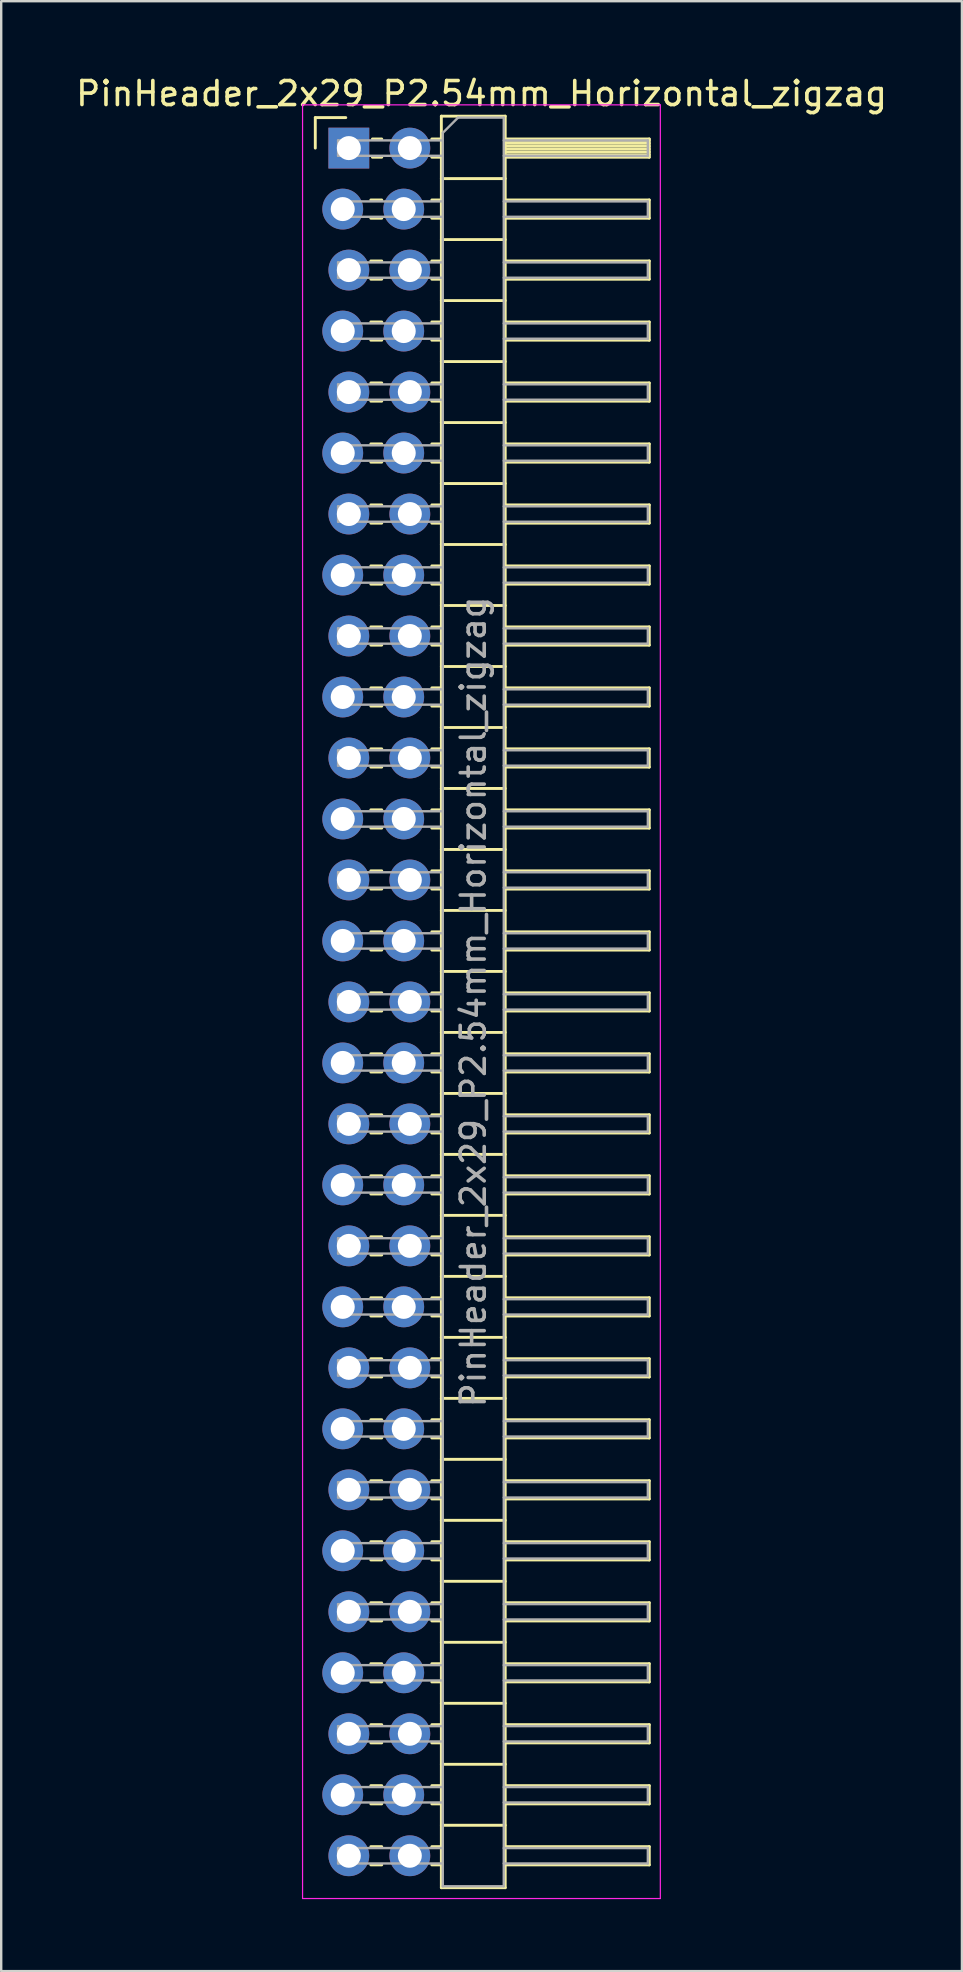
<source format=kicad_pcb>
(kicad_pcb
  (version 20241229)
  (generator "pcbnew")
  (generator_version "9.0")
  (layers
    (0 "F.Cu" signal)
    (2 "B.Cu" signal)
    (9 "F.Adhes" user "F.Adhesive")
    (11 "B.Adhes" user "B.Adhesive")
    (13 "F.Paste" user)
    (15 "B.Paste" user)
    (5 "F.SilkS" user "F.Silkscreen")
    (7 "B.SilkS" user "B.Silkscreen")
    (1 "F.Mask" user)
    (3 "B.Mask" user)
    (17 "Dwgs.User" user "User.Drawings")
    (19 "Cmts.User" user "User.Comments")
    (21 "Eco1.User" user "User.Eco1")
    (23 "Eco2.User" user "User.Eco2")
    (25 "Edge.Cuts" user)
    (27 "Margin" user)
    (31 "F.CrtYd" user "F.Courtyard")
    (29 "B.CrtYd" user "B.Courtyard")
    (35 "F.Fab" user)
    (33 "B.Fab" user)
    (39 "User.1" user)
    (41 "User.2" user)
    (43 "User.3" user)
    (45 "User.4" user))
  (footprint "PinHeader_2x29_P2.54mm_Horizontal_zigzag"
    (layer "F.Cu")
    (at 11.351 3.118)
    (property "Reference" "PinHeader_2x29_P2.54mm_Horizontal_zigzag" (at 5.655 -2.27 0) (layer "F.SilkS") (effects (font (size 1 1) (thickness 0.15))))
    (attr through_hole)
    (fp_line (start -1.27 -1.27) (end 0 -1.27) (stroke (width 0.12) (type solid)) (layer "F.SilkS"))
    (fp_line (start -1.27 0) (end -1.27 -1.27) (stroke (width 0.12) (type solid)) (layer "F.SilkS"))
    (fp_line (start 1.043 2.16) (end 1.497 2.16) (stroke (width 0.12) (type solid)) (layer "F.SilkS"))
    (fp_line (start 1.043 2.92) (end 1.497 2.92) (stroke (width 0.12) (type solid)) (layer "F.SilkS"))
    (fp_line (start 1.043 4.7) (end 1.497 4.7) (stroke (width 0.12) (type solid)) (layer "F.SilkS"))
    (fp_line (start 1.043 5.46) (end 1.497 5.46) (stroke (width 0.12) (type solid)) (layer "F.SilkS"))
    (fp_line (start 1.043 7.24) (end 1.497 7.24) (stroke (width 0.12) (type solid)) (layer "F.SilkS"))
    (fp_line (start 1.043 8) (end 1.497 8) (stroke (width 0.12) (type solid)) (layer "F.SilkS"))
    (fp_line (start 1.043 9.78) (end 1.497 9.78) (stroke (width 0.12) (type solid)) (layer "F.SilkS"))
    (fp_line (start 1.043 10.54) (end 1.497 10.54) (stroke (width 0.12) (type solid)) (layer "F.SilkS"))
    (fp_line (start 1.043 12.32) (end 1.497 12.32) (stroke (width 0.12) (type solid)) (layer "F.SilkS"))
    (fp_line (start 1.043 13.08) (end 1.497 13.08) (stroke (width 0.12) (type solid)) (layer "F.SilkS"))
    (fp_line (start 1.043 14.86) (end 1.497 14.86) (stroke (width 0.12) (type solid)) (layer "F.SilkS"))
    (fp_line (start 1.043 15.62) (end 1.497 15.62) (stroke (width 0.12) (type solid)) (layer "F.SilkS"))
    (fp_line (start 1.043 17.4) (end 1.497 17.4) (stroke (width 0.12) (type solid)) (layer "F.SilkS"))
    (fp_line (start 1.043 18.16) (end 1.497 18.16) (stroke (width 0.12) (type solid)) (layer "F.SilkS"))
    (fp_line (start 1.043 19.94) (end 1.497 19.94) (stroke (width 0.12) (type solid)) (layer "F.SilkS"))
    (fp_line (start 1.043 20.7) (end 1.497 20.7) (stroke (width 0.12) (type solid)) (layer "F.SilkS"))
    (fp_line (start 1.043 22.48) (end 1.497 22.48) (stroke (width 0.12) (type solid)) (layer "F.SilkS"))
    (fp_line (start 1.043 23.24) (end 1.497 23.24) (stroke (width 0.12) (type solid)) (layer "F.SilkS"))
    (fp_line (start 1.043 25.02) (end 1.497 25.02) (stroke (width 0.12) (type solid)) (layer "F.SilkS"))
    (fp_line (start 1.043 25.78) (end 1.497 25.78) (stroke (width 0.12) (type solid)) (layer "F.SilkS"))
    (fp_line (start 1.043 27.56) (end 1.497 27.56) (stroke (width 0.12) (type solid)) (layer "F.SilkS"))
    (fp_line (start 1.043 28.32) (end 1.497 28.32) (stroke (width 0.12) (type solid)) (layer "F.SilkS"))
    (fp_line (start 1.043 30.1) (end 1.497 30.1) (stroke (width 0.12) (type solid)) (layer "F.SilkS"))
    (fp_line (start 1.043 30.86) (end 1.497 30.86) (stroke (width 0.12) (type solid)) (layer "F.SilkS"))
    (fp_line (start 1.043 32.64) (end 1.497 32.64) (stroke (width 0.12) (type solid)) (layer "F.SilkS"))
    (fp_line (start 1.043 33.4) (end 1.497 33.4) (stroke (width 0.12) (type solid)) (layer "F.SilkS"))
    (fp_line (start 1.043 35.18) (end 1.497 35.18) (stroke (width 0.12) (type solid)) (layer "F.SilkS"))
    (fp_line (start 1.043 35.94) (end 1.497 35.94) (stroke (width 0.12) (type solid)) (layer "F.SilkS"))
    (fp_line (start 1.043 37.72) (end 1.497 37.72) (stroke (width 0.12) (type solid)) (layer "F.SilkS"))
    (fp_line (start 1.043 38.48) (end 1.497 38.48) (stroke (width 0.12) (type solid)) (layer "F.SilkS"))
    (fp_line (start 1.043 40.26) (end 1.497 40.26) (stroke (width 0.12) (type solid)) (layer "F.SilkS"))
    (fp_line (start 1.043 41.02) (end 1.497 41.02) (stroke (width 0.12) (type solid)) (layer "F.SilkS"))
    (fp_line (start 1.043 42.8) (end 1.497 42.8) (stroke (width 0.12) (type solid)) (layer "F.SilkS"))
    (fp_line (start 1.043 43.56) (end 1.497 43.56) (stroke (width 0.12) (type solid)) (layer "F.SilkS"))
    (fp_line (start 1.043 45.34) (end 1.497 45.34) (stroke (width 0.12) (type solid)) (layer "F.SilkS"))
    (fp_line (start 1.043 46.1) (end 1.497 46.1) (stroke (width 0.12) (type solid)) (layer "F.SilkS"))
    (fp_line (start 1.043 47.88) (end 1.497 47.88) (stroke (width 0.12) (type solid)) (layer "F.SilkS"))
    (fp_line (start 1.043 48.64) (end 1.497 48.64) (stroke (width 0.12) (type solid)) (layer "F.SilkS"))
    (fp_line (start 1.043 50.42) (end 1.497 50.42) (stroke (width 0.12) (type solid)) (layer "F.SilkS"))
    (fp_line (start 1.043 51.18) (end 1.497 51.18) (stroke (width 0.12) (type solid)) (layer "F.SilkS"))
    (fp_line (start 1.043 52.96) (end 1.497 52.96) (stroke (width 0.12) (type solid)) (layer "F.SilkS"))
    (fp_line (start 1.043 53.72) (end 1.497 53.72) (stroke (width 0.12) (type solid)) (layer "F.SilkS"))
    (fp_line (start 1.043 55.5) (end 1.497 55.5) (stroke (width 0.12) (type solid)) (layer "F.SilkS"))
    (fp_line (start 1.043 56.26) (end 1.497 56.26) (stroke (width 0.12) (type solid)) (layer "F.SilkS"))
    (fp_line (start 1.043 58.04) (end 1.497 58.04) (stroke (width 0.12) (type solid)) (layer "F.SilkS"))
    (fp_line (start 1.043 58.8) (end 1.497 58.8) (stroke (width 0.12) (type solid)) (layer "F.SilkS"))
    (fp_line (start 1.043 60.58) (end 1.497 60.58) (stroke (width 0.12) (type solid)) (layer "F.SilkS"))
    (fp_line (start 1.043 61.34) (end 1.497 61.34) (stroke (width 0.12) (type solid)) (layer "F.SilkS"))
    (fp_line (start 1.043 63.12) (end 1.497 63.12) (stroke (width 0.12) (type solid)) (layer "F.SilkS"))
    (fp_line (start 1.043 63.88) (end 1.497 63.88) (stroke (width 0.12) (type solid)) (layer "F.SilkS"))
    (fp_line (start 1.043 65.66) (end 1.497 65.66) (stroke (width 0.12) (type solid)) (layer "F.SilkS"))
    (fp_line (start 1.043 66.42) (end 1.497 66.42) (stroke (width 0.12) (type solid)) (layer "F.SilkS"))
    (fp_line (start 1.043 68.2) (end 1.497 68.2) (stroke (width 0.12) (type solid)) (layer "F.SilkS"))
    (fp_line (start 1.043 68.96) (end 1.497 68.96) (stroke (width 0.12) (type solid)) (layer "F.SilkS"))
    (fp_line (start 1.043 70.74) (end 1.497 70.74) (stroke (width 0.12) (type solid)) (layer "F.SilkS"))
    (fp_line (start 1.043 71.5) (end 1.497 71.5) (stroke (width 0.12) (type solid)) (layer "F.SilkS"))
    (fp_line (start 1.11 -0.38) (end 1.497 -0.38) (stroke (width 0.12) (type solid)) (layer "F.SilkS"))
    (fp_line (start 1.11 0.38) (end 1.497 0.38) (stroke (width 0.12) (type solid)) (layer "F.SilkS"))
    (fp_line (start 3.583 -0.38) (end 3.98 -0.38) (stroke (width 0.12) (type solid)) (layer "F.SilkS"))
    (fp_line (start 3.583 0.38) (end 3.98 0.38) (stroke (width 0.12) (type solid)) (layer "F.SilkS"))
    (fp_line (start 3.583 2.16) (end 3.98 2.16) (stroke (width 0.12) (type solid)) (layer "F.SilkS"))
    (fp_line (start 3.583 2.92) (end 3.98 2.92) (stroke (width 0.12) (type solid)) (layer "F.SilkS"))
    (fp_line (start 3.583 4.7) (end 3.98 4.7) (stroke (width 0.12) (type solid)) (layer "F.SilkS"))
    (fp_line (start 3.583 5.46) (end 3.98 5.46) (stroke (width 0.12) (type solid)) (layer "F.SilkS"))
    (fp_line (start 3.583 7.24) (end 3.98 7.24) (stroke (width 0.12) (type solid)) (layer "F.SilkS"))
    (fp_line (start 3.583 8) (end 3.98 8) (stroke (width 0.12) (type solid)) (layer "F.SilkS"))
    (fp_line (start 3.583 9.78) (end 3.98 9.78) (stroke (width 0.12) (type solid)) (layer "F.SilkS"))
    (fp_line (start 3.583 10.54) (end 3.98 10.54) (stroke (width 0.12) (type solid)) (layer "F.SilkS"))
    (fp_line (start 3.583 12.32) (end 3.98 12.32) (stroke (width 0.12) (type solid)) (layer "F.SilkS"))
    (fp_line (start 3.583 13.08) (end 3.98 13.08) (stroke (width 0.12) (type solid)) (layer "F.SilkS"))
    (fp_line (start 3.583 14.86) (end 3.98 14.86) (stroke (width 0.12) (type solid)) (layer "F.SilkS"))
    (fp_line (start 3.583 15.62) (end 3.98 15.62) (stroke (width 0.12) (type solid)) (layer "F.SilkS"))
    (fp_line (start 3.583 17.4) (end 3.98 17.4) (stroke (width 0.12) (type solid)) (layer "F.SilkS"))
    (fp_line (start 3.583 18.16) (end 3.98 18.16) (stroke (width 0.12) (type solid)) (layer "F.SilkS"))
    (fp_line (start 3.583 19.94) (end 3.98 19.94) (stroke (width 0.12) (type solid)) (layer "F.SilkS"))
    (fp_line (start 3.583 20.7) (end 3.98 20.7) (stroke (width 0.12) (type solid)) (layer "F.SilkS"))
    (fp_line (start 3.583 22.48) (end 3.98 22.48) (stroke (width 0.12) (type solid)) (layer "F.SilkS"))
    (fp_line (start 3.583 23.24) (end 3.98 23.24) (stroke (width 0.12) (type solid)) (layer "F.SilkS"))
    (fp_line (start 3.583 25.02) (end 3.98 25.02) (stroke (width 0.12) (type solid)) (layer "F.SilkS"))
    (fp_line (start 3.583 25.78) (end 3.98 25.78) (stroke (width 0.12) (type solid)) (layer "F.SilkS"))
    (fp_line (start 3.583 27.56) (end 3.98 27.56) (stroke (width 0.12) (type solid)) (layer "F.SilkS"))
    (fp_line (start 3.583 28.32) (end 3.98 28.32) (stroke (width 0.12) (type solid)) (layer "F.SilkS"))
    (fp_line (start 3.583 30.1) (end 3.98 30.1) (stroke (width 0.12) (type solid)) (layer "F.SilkS"))
    (fp_line (start 3.583 30.86) (end 3.98 30.86) (stroke (width 0.12) (type solid)) (layer "F.SilkS"))
    (fp_line (start 3.583 32.64) (end 3.98 32.64) (stroke (width 0.12) (type solid)) (layer "F.SilkS"))
    (fp_line (start 3.583 33.4) (end 3.98 33.4) (stroke (width 0.12) (type solid)) (layer "F.SilkS"))
    (fp_line (start 3.583 35.18) (end 3.98 35.18) (stroke (width 0.12) (type solid)) (layer "F.SilkS"))
    (fp_line (start 3.583 35.94) (end 3.98 35.94) (stroke (width 0.12) (type solid)) (layer "F.SilkS"))
    (fp_line (start 3.583 37.72) (end 3.98 37.72) (stroke (width 0.12) (type solid)) (layer "F.SilkS"))
    (fp_line (start 3.583 38.48) (end 3.98 38.48) (stroke (width 0.12) (type solid)) (layer "F.SilkS"))
    (fp_line (start 3.583 40.26) (end 3.98 40.26) (stroke (width 0.12) (type solid)) (layer "F.SilkS"))
    (fp_line (start 3.583 41.02) (end 3.98 41.02) (stroke (width 0.12) (type solid)) (layer "F.SilkS"))
    (fp_line (start 3.583 42.8) (end 3.98 42.8) (stroke (width 0.12) (type solid)) (layer "F.SilkS"))
    (fp_line (start 3.583 43.56) (end 3.98 43.56) (stroke (width 0.12) (type solid)) (layer "F.SilkS"))
    (fp_line (start 3.583 45.34) (end 3.98 45.34) (stroke (width 0.12) (type solid)) (layer "F.SilkS"))
    (fp_line (start 3.583 46.1) (end 3.98 46.1) (stroke (width 0.12) (type solid)) (layer "F.SilkS"))
    (fp_line (start 3.583 47.88) (end 3.98 47.88) (stroke (width 0.12) (type solid)) (layer "F.SilkS"))
    (fp_line (start 3.583 48.64) (end 3.98 48.64) (stroke (width 0.12) (type solid)) (layer "F.SilkS"))
    (fp_line (start 3.583 50.42) (end 3.98 50.42) (stroke (width 0.12) (type solid)) (layer "F.SilkS"))
    (fp_line (start 3.583 51.18) (end 3.98 51.18) (stroke (width 0.12) (type solid)) (layer "F.SilkS"))
    (fp_line (start 3.583 52.96) (end 3.98 52.96) (stroke (width 0.12) (type solid)) (layer "F.SilkS"))
    (fp_line (start 3.583 53.72) (end 3.98 53.72) (stroke (width 0.12) (type solid)) (layer "F.SilkS"))
    (fp_line (start 3.583 55.5) (end 3.98 55.5) (stroke (width 0.12) (type solid)) (layer "F.SilkS"))
    (fp_line (start 3.583 56.26) (end 3.98 56.26) (stroke (width 0.12) (type solid)) (layer "F.SilkS"))
    (fp_line (start 3.583 58.04) (end 3.98 58.04) (stroke (width 0.12) (type solid)) (layer "F.SilkS"))
    (fp_line (start 3.583 58.8) (end 3.98 58.8) (stroke (width 0.12) (type solid)) (layer "F.SilkS"))
    (fp_line (start 3.583 60.58) (end 3.98 60.58) (stroke (width 0.12) (type solid)) (layer "F.SilkS"))
    (fp_line (start 3.583 61.34) (end 3.98 61.34) (stroke (width 0.12) (type solid)) (layer "F.SilkS"))
    (fp_line (start 3.583 63.12) (end 3.98 63.12) (stroke (width 0.12) (type solid)) (layer "F.SilkS"))
    (fp_line (start 3.583 63.88) (end 3.98 63.88) (stroke (width 0.12) (type solid)) (layer "F.SilkS"))
    (fp_line (start 3.583 65.66) (end 3.98 65.66) (stroke (width 0.12) (type solid)) (layer "F.SilkS"))
    (fp_line (start 3.583 66.42) (end 3.98 66.42) (stroke (width 0.12) (type solid)) (layer "F.SilkS"))
    (fp_line (start 3.583 68.2) (end 3.98 68.2) (stroke (width 0.12) (type solid)) (layer "F.SilkS"))
    (fp_line (start 3.583 68.96) (end 3.98 68.96) (stroke (width 0.12) (type solid)) (layer "F.SilkS"))
    (fp_line (start 3.583 70.74) (end 3.98 70.74) (stroke (width 0.12) (type solid)) (layer "F.SilkS"))
    (fp_line (start 3.583 71.5) (end 3.98 71.5) (stroke (width 0.12) (type solid)) (layer "F.SilkS"))
    (fp_line (start 3.98 -1.33) (end 3.98 72.45) (stroke (width 0.12) (type solid)) (layer "F.SilkS"))
    (fp_line (start 3.98 1.27) (end 6.64 1.27) (stroke (width 0.12) (type solid)) (layer "F.SilkS"))
    (fp_line (start 3.98 3.81) (end 6.64 3.81) (stroke (width 0.12) (type solid)) (layer "F.SilkS"))
    (fp_line (start 3.98 6.35) (end 6.64 6.35) (stroke (width 0.12) (type solid)) (layer "F.SilkS"))
    (fp_line (start 3.98 8.89) (end 6.64 8.89) (stroke (width 0.12) (type solid)) (layer "F.SilkS"))
    (fp_line (start 3.98 11.43) (end 6.64 11.43) (stroke (width 0.12) (type solid)) (layer "F.SilkS"))
    (fp_line (start 3.98 13.97) (end 6.64 13.97) (stroke (width 0.12) (type solid)) (layer "F.SilkS"))
    (fp_line (start 3.98 16.51) (end 6.64 16.51) (stroke (width 0.12) (type solid)) (layer "F.SilkS"))
    (fp_line (start 3.98 19.05) (end 6.64 19.05) (stroke (width 0.12) (type solid)) (layer "F.SilkS"))
    (fp_line (start 3.98 21.59) (end 6.64 21.59) (stroke (width 0.12) (type solid)) (layer "F.SilkS"))
    (fp_line (start 3.98 24.13) (end 6.64 24.13) (stroke (width 0.12) (type solid)) (layer "F.SilkS"))
    (fp_line (start 3.98 26.67) (end 6.64 26.67) (stroke (width 0.12) (type solid)) (layer "F.SilkS"))
    (fp_line (start 3.98 29.21) (end 6.64 29.21) (stroke (width 0.12) (type solid)) (layer "F.SilkS"))
    (fp_line (start 3.98 31.75) (end 6.64 31.75) (stroke (width 0.12) (type solid)) (layer "F.SilkS"))
    (fp_line (start 3.98 34.29) (end 6.64 34.29) (stroke (width 0.12) (type solid)) (layer "F.SilkS"))
    (fp_line (start 3.98 36.83) (end 6.64 36.83) (stroke (width 0.12) (type solid)) (layer "F.SilkS"))
    (fp_line (start 3.98 39.37) (end 6.64 39.37) (stroke (width 0.12) (type solid)) (layer "F.SilkS"))
    (fp_line (start 3.98 41.91) (end 6.64 41.91) (stroke (width 0.12) (type solid)) (layer "F.SilkS"))
    (fp_line (start 3.98 44.45) (end 6.64 44.45) (stroke (width 0.12) (type solid)) (layer "F.SilkS"))
    (fp_line (start 3.98 46.99) (end 6.64 46.99) (stroke (width 0.12) (type solid)) (layer "F.SilkS"))
    (fp_line (start 3.98 49.53) (end 6.64 49.53) (stroke (width 0.12) (type solid)) (layer "F.SilkS"))
    (fp_line (start 3.98 52.07) (end 6.64 52.07) (stroke (width 0.12) (type solid)) (layer "F.SilkS"))
    (fp_line (start 3.98 54.61) (end 6.64 54.61) (stroke (width 0.12) (type solid)) (layer "F.SilkS"))
    (fp_line (start 3.98 57.15) (end 6.64 57.15) (stroke (width 0.12) (type solid)) (layer "F.SilkS"))
    (fp_line (start 3.98 59.69) (end 6.64 59.69) (stroke (width 0.12) (type solid)) (layer "F.SilkS"))
    (fp_line (start 3.98 62.23) (end 6.64 62.23) (stroke (width 0.12) (type solid)) (layer "F.SilkS"))
    (fp_line (start 3.98 64.77) (end 6.64 64.77) (stroke (width 0.12) (type solid)) (layer "F.SilkS"))
    (fp_line (start 3.98 67.31) (end 6.64 67.31) (stroke (width 0.12) (type solid)) (layer "F.SilkS"))
    (fp_line (start 3.98 69.85) (end 6.64 69.85) (stroke (width 0.12) (type solid)) (layer "F.SilkS"))
    (fp_line (start 3.98 72.45) (end 6.64 72.45) (stroke (width 0.12) (type solid)) (layer "F.SilkS"))
    (fp_line (start 6.64 -1.33) (end 3.98 -1.33) (stroke (width 0.12) (type solid)) (layer "F.SilkS"))
    (fp_line (start 6.64 -0.38) (end 12.64 -0.38) (stroke (width 0.12) (type solid)) (layer "F.SilkS"))
    (fp_line (start 6.64 -0.32) (end 12.64 -0.32) (stroke (width 0.12) (type solid)) (layer "F.SilkS"))
    (fp_line (start 6.64 -0.2) (end 12.64 -0.2) (stroke (width 0.12) (type solid)) (layer "F.SilkS"))
    (fp_line (start 6.64 -0.08) (end 12.64 -0.08) (stroke (width 0.12) (type solid)) (layer "F.SilkS"))
    (fp_line (start 6.64 0.04) (end 12.64 0.04) (stroke (width 0.12) (type solid)) (layer "F.SilkS"))
    (fp_line (start 6.64 0.16) (end 12.64 0.16) (stroke (width 0.12) (type solid)) (layer "F.SilkS"))
    (fp_line (start 6.64 0.28) (end 12.64 0.28) (stroke (width 0.12) (type solid)) (layer "F.SilkS"))
    (fp_line (start 6.64 2.16) (end 12.64 2.16) (stroke (width 0.12) (type solid)) (layer "F.SilkS"))
    (fp_line (start 6.64 4.7) (end 12.64 4.7) (stroke (width 0.12) (type solid)) (layer "F.SilkS"))
    (fp_line (start 6.64 7.24) (end 12.64 7.24) (stroke (width 0.12) (type solid)) (layer "F.SilkS"))
    (fp_line (start 6.64 9.78) (end 12.64 9.78) (stroke (width 0.12) (type solid)) (layer "F.SilkS"))
    (fp_line (start 6.64 12.32) (end 12.64 12.32) (stroke (width 0.12) (type solid)) (layer "F.SilkS"))
    (fp_line (start 6.64 14.86) (end 12.64 14.86) (stroke (width 0.12) (type solid)) (layer "F.SilkS"))
    (fp_line (start 6.64 17.4) (end 12.64 17.4) (stroke (width 0.12) (type solid)) (layer "F.SilkS"))
    (fp_line (start 6.64 19.94) (end 12.64 19.94) (stroke (width 0.12) (type solid)) (layer "F.SilkS"))
    (fp_line (start 6.64 22.48) (end 12.64 22.48) (stroke (width 0.12) (type solid)) (layer "F.SilkS"))
    (fp_line (start 6.64 25.02) (end 12.64 25.02) (stroke (width 0.12) (type solid)) (layer "F.SilkS"))
    (fp_line (start 6.64 27.56) (end 12.64 27.56) (stroke (width 0.12) (type solid)) (layer "F.SilkS"))
    (fp_line (start 6.64 30.1) (end 12.64 30.1) (stroke (width 0.12) (type solid)) (layer "F.SilkS"))
    (fp_line (start 6.64 32.64) (end 12.64 32.64) (stroke (width 0.12) (type solid)) (layer "F.SilkS"))
    (fp_line (start 6.64 35.18) (end 12.64 35.18) (stroke (width 0.12) (type solid)) (layer "F.SilkS"))
    (fp_line (start 6.64 37.72) (end 12.64 37.72) (stroke (width 0.12) (type solid)) (layer "F.SilkS"))
    (fp_line (start 6.64 40.26) (end 12.64 40.26) (stroke (width 0.12) (type solid)) (layer "F.SilkS"))
    (fp_line (start 6.64 42.8) (end 12.64 42.8) (stroke (width 0.12) (type solid)) (layer "F.SilkS"))
    (fp_line (start 6.64 45.34) (end 12.64 45.34) (stroke (width 0.12) (type solid)) (layer "F.SilkS"))
    (fp_line (start 6.64 47.88) (end 12.64 47.88) (stroke (width 0.12) (type solid)) (layer "F.SilkS"))
    (fp_line (start 6.64 50.42) (end 12.64 50.42) (stroke (width 0.12) (type solid)) (layer "F.SilkS"))
    (fp_line (start 6.64 52.96) (end 12.64 52.96) (stroke (width 0.12) (type solid)) (layer "F.SilkS"))
    (fp_line (start 6.64 55.5) (end 12.64 55.5) (stroke (width 0.12) (type solid)) (layer "F.SilkS"))
    (fp_line (start 6.64 58.04) (end 12.64 58.04) (stroke (width 0.12) (type solid)) (layer "F.SilkS"))
    (fp_line (start 6.64 60.58) (end 12.64 60.58) (stroke (width 0.12) (type solid)) (layer "F.SilkS"))
    (fp_line (start 6.64 63.12) (end 12.64 63.12) (stroke (width 0.12) (type solid)) (layer "F.SilkS"))
    (fp_line (start 6.64 65.66) (end 12.64 65.66) (stroke (width 0.12) (type solid)) (layer "F.SilkS"))
    (fp_line (start 6.64 68.2) (end 12.64 68.2) (stroke (width 0.12) (type solid)) (layer "F.SilkS"))
    (fp_line (start 6.64 70.74) (end 12.64 70.74) (stroke (width 0.12) (type solid)) (layer "F.SilkS"))
    (fp_line (start 6.64 72.45) (end 6.64 -1.33) (stroke (width 0.12) (type solid)) (layer "F.SilkS"))
    (fp_line (start 12.64 -0.38) (end 12.64 0.38) (stroke (width 0.12) (type solid)) (layer "F.SilkS"))
    (fp_line (start 12.64 0.38) (end 6.64 0.38) (stroke (width 0.12) (type solid)) (layer "F.SilkS"))
    (fp_line (start 12.64 2.16) (end 12.64 2.92) (stroke (width 0.12) (type solid)) (layer "F.SilkS"))
    (fp_line (start 12.64 2.92) (end 6.64 2.92) (stroke (width 0.12) (type solid)) (layer "F.SilkS"))
    (fp_line (start 12.64 4.7) (end 12.64 5.46) (stroke (width 0.12) (type solid)) (layer "F.SilkS"))
    (fp_line (start 12.64 5.46) (end 6.64 5.46) (stroke (width 0.12) (type solid)) (layer "F.SilkS"))
    (fp_line (start 12.64 7.24) (end 12.64 8) (stroke (width 0.12) (type solid)) (layer "F.SilkS"))
    (fp_line (start 12.64 8) (end 6.64 8) (stroke (width 0.12) (type solid)) (layer "F.SilkS"))
    (fp_line (start 12.64 9.78) (end 12.64 10.54) (stroke (width 0.12) (type solid)) (layer "F.SilkS"))
    (fp_line (start 12.64 10.54) (end 6.64 10.54) (stroke (width 0.12) (type solid)) (layer "F.SilkS"))
    (fp_line (start 12.64 12.32) (end 12.64 13.08) (stroke (width 0.12) (type solid)) (layer "F.SilkS"))
    (fp_line (start 12.64 13.08) (end 6.64 13.08) (stroke (width 0.12) (type solid)) (layer "F.SilkS"))
    (fp_line (start 12.64 14.86) (end 12.64 15.62) (stroke (width 0.12) (type solid)) (layer "F.SilkS"))
    (fp_line (start 12.64 15.62) (end 6.64 15.62) (stroke (width 0.12) (type solid)) (layer "F.SilkS"))
    (fp_line (start 12.64 17.4) (end 12.64 18.16) (stroke (width 0.12) (type solid)) (layer "F.SilkS"))
    (fp_line (start 12.64 18.16) (end 6.64 18.16) (stroke (width 0.12) (type solid)) (layer "F.SilkS"))
    (fp_line (start 12.64 19.94) (end 12.64 20.7) (stroke (width 0.12) (type solid)) (layer "F.SilkS"))
    (fp_line (start 12.64 20.7) (end 6.64 20.7) (stroke (width 0.12) (type solid)) (layer "F.SilkS"))
    (fp_line (start 12.64 22.48) (end 12.64 23.24) (stroke (width 0.12) (type solid)) (layer "F.SilkS"))
    (fp_line (start 12.64 23.24) (end 6.64 23.24) (stroke (width 0.12) (type solid)) (layer "F.SilkS"))
    (fp_line (start 12.64 25.02) (end 12.64 25.78) (stroke (width 0.12) (type solid)) (layer "F.SilkS"))
    (fp_line (start 12.64 25.78) (end 6.64 25.78) (stroke (width 0.12) (type solid)) (layer "F.SilkS"))
    (fp_line (start 12.64 27.56) (end 12.64 28.32) (stroke (width 0.12) (type solid)) (layer "F.SilkS"))
    (fp_line (start 12.64 28.32) (end 6.64 28.32) (stroke (width 0.12) (type solid)) (layer "F.SilkS"))
    (fp_line (start 12.64 30.1) (end 12.64 30.86) (stroke (width 0.12) (type solid)) (layer "F.SilkS"))
    (fp_line (start 12.64 30.86) (end 6.64 30.86) (stroke (width 0.12) (type solid)) (layer "F.SilkS"))
    (fp_line (start 12.64 32.64) (end 12.64 33.4) (stroke (width 0.12) (type solid)) (layer "F.SilkS"))
    (fp_line (start 12.64 33.4) (end 6.64 33.4) (stroke (width 0.12) (type solid)) (layer "F.SilkS"))
    (fp_line (start 12.64 35.18) (end 12.64 35.94) (stroke (width 0.12) (type solid)) (layer "F.SilkS"))
    (fp_line (start 12.64 35.94) (end 6.64 35.94) (stroke (width 0.12) (type solid)) (layer "F.SilkS"))
    (fp_line (start 12.64 37.72) (end 12.64 38.48) (stroke (width 0.12) (type solid)) (layer "F.SilkS"))
    (fp_line (start 12.64 38.48) (end 6.64 38.48) (stroke (width 0.12) (type solid)) (layer "F.SilkS"))
    (fp_line (start 12.64 40.26) (end 12.64 41.02) (stroke (width 0.12) (type solid)) (layer "F.SilkS"))
    (fp_line (start 12.64 41.02) (end 6.64 41.02) (stroke (width 0.12) (type solid)) (layer "F.SilkS"))
    (fp_line (start 12.64 42.8) (end 12.64 43.56) (stroke (width 0.12) (type solid)) (layer "F.SilkS"))
    (fp_line (start 12.64 43.56) (end 6.64 43.56) (stroke (width 0.12) (type solid)) (layer "F.SilkS"))
    (fp_line (start 12.64 45.34) (end 12.64 46.1) (stroke (width 0.12) (type solid)) (layer "F.SilkS"))
    (fp_line (start 12.64 46.1) (end 6.64 46.1) (stroke (width 0.12) (type solid)) (layer "F.SilkS"))
    (fp_line (start 12.64 47.88) (end 12.64 48.64) (stroke (width 0.12) (type solid)) (layer "F.SilkS"))
    (fp_line (start 12.64 48.64) (end 6.64 48.64) (stroke (width 0.12) (type solid)) (layer "F.SilkS"))
    (fp_line (start 12.64 50.42) (end 12.64 51.18) (stroke (width 0.12) (type solid)) (layer "F.SilkS"))
    (fp_line (start 12.64 51.18) (end 6.64 51.18) (stroke (width 0.12) (type solid)) (layer "F.SilkS"))
    (fp_line (start 12.64 52.96) (end 12.64 53.72) (stroke (width 0.12) (type solid)) (layer "F.SilkS"))
    (fp_line (start 12.64 53.72) (end 6.64 53.72) (stroke (width 0.12) (type solid)) (layer "F.SilkS"))
    (fp_line (start 12.64 55.5) (end 12.64 56.26) (stroke (width 0.12) (type solid)) (layer "F.SilkS"))
    (fp_line (start 12.64 56.26) (end 6.64 56.26) (stroke (width 0.12) (type solid)) (layer "F.SilkS"))
    (fp_line (start 12.64 58.04) (end 12.64 58.8) (stroke (width 0.12) (type solid)) (layer "F.SilkS"))
    (fp_line (start 12.64 58.8) (end 6.64 58.8) (stroke (width 0.12) (type solid)) (layer "F.SilkS"))
    (fp_line (start 12.64 60.58) (end 12.64 61.34) (stroke (width 0.12) (type solid)) (layer "F.SilkS"))
    (fp_line (start 12.64 61.34) (end 6.64 61.34) (stroke (width 0.12) (type solid)) (layer "F.SilkS"))
    (fp_line (start 12.64 63.12) (end 12.64 63.88) (stroke (width 0.12) (type solid)) (layer "F.SilkS"))
    (fp_line (start 12.64 63.88) (end 6.64 63.88) (stroke (width 0.12) (type solid)) (layer "F.SilkS"))
    (fp_line (start 12.64 65.66) (end 12.64 66.42) (stroke (width 0.12) (type solid)) (layer "F.SilkS"))
    (fp_line (start 12.64 66.42) (end 6.64 66.42) (stroke (width 0.12) (type solid)) (layer "F.SilkS"))
    (fp_line (start 12.64 68.2) (end 12.64 68.96) (stroke (width 0.12) (type solid)) (layer "F.SilkS"))
    (fp_line (start 12.64 68.96) (end 6.64 68.96) (stroke (width 0.12) (type solid)) (layer "F.SilkS"))
    (fp_line (start 12.64 70.74) (end 12.64 71.5) (stroke (width 0.12) (type solid)) (layer "F.SilkS"))
    (fp_line (start 12.64 71.5) (end 6.64 71.5) (stroke (width 0.12) (type solid)) (layer "F.SilkS"))
    (fp_line (start -1.8 -1.8) (end -1.8 72.9) (stroke (width 0.05) (type solid)) (layer "F.CrtYd"))
    (fp_line (start -1.8 72.9) (end 13.1 72.9) (stroke (width 0.05) (type solid)) (layer "F.CrtYd"))
    (fp_line (start 13.1 -1.8) (end -1.8 -1.8) (stroke (width 0.05) (type solid)) (layer "F.CrtYd"))
    (fp_line (start 13.1 72.9) (end 13.1 -1.8) (stroke (width 0.05) (type solid)) (layer "F.CrtYd"))
    (fp_line (start -0.32 -0.32) (end -0.32 0.32) (stroke (width 0.1) (type solid)) (layer "F.Fab"))
    (fp_line (start -0.32 -0.32) (end 4.04 -0.32) (stroke (width 0.1) (type solid)) (layer "F.Fab"))
    (fp_line (start -0.32 0.32) (end 4.04 0.32) (stroke (width 0.1) (type solid)) (layer "F.Fab"))
    (fp_line (start -0.32 2.22) (end -0.32 2.86) (stroke (width 0.1) (type solid)) (layer "F.Fab"))
    (fp_line (start -0.32 2.22) (end 4.04 2.22) (stroke (width 0.1) (type solid)) (layer "F.Fab"))
    (fp_line (start -0.32 2.86) (end 4.04 2.86) (stroke (width 0.1) (type solid)) (layer "F.Fab"))
    (fp_line (start -0.32 4.76) (end -0.32 5.4) (stroke (width 0.1) (type solid)) (layer "F.Fab"))
    (fp_line (start -0.32 4.76) (end 4.04 4.76) (stroke (width 0.1) (type solid)) (layer "F.Fab"))
    (fp_line (start -0.32 5.4) (end 4.04 5.4) (stroke (width 0.1) (type solid)) (layer "F.Fab"))
    (fp_line (start -0.32 7.3) (end -0.32 7.94) (stroke (width 0.1) (type solid)) (layer "F.Fab"))
    (fp_line (start -0.32 7.3) (end 4.04 7.3) (stroke (width 0.1) (type solid)) (layer "F.Fab"))
    (fp_line (start -0.32 7.94) (end 4.04 7.94) (stroke (width 0.1) (type solid)) (layer "F.Fab"))
    (fp_line (start -0.32 9.84) (end -0.32 10.48) (stroke (width 0.1) (type solid)) (layer "F.Fab"))
    (fp_line (start -0.32 9.84) (end 4.04 9.84) (stroke (width 0.1) (type solid)) (layer "F.Fab"))
    (fp_line (start -0.32 10.48) (end 4.04 10.48) (stroke (width 0.1) (type solid)) (layer "F.Fab"))
    (fp_line (start -0.32 12.38) (end -0.32 13.02) (stroke (width 0.1) (type solid)) (layer "F.Fab"))
    (fp_line (start -0.32 12.38) (end 4.04 12.38) (stroke (width 0.1) (type solid)) (layer "F.Fab"))
    (fp_line (start -0.32 13.02) (end 4.04 13.02) (stroke (width 0.1) (type solid)) (layer "F.Fab"))
    (fp_line (start -0.32 14.92) (end -0.32 15.56) (stroke (width 0.1) (type solid)) (layer "F.Fab"))
    (fp_line (start -0.32 14.92) (end 4.04 14.92) (stroke (width 0.1) (type solid)) (layer "F.Fab"))
    (fp_line (start -0.32 15.56) (end 4.04 15.56) (stroke (width 0.1) (type solid)) (layer "F.Fab"))
    (fp_line (start -0.32 17.46) (end -0.32 18.1) (stroke (width 0.1) (type solid)) (layer "F.Fab"))
    (fp_line (start -0.32 17.46) (end 4.04 17.46) (stroke (width 0.1) (type solid)) (layer "F.Fab"))
    (fp_line (start -0.32 18.1) (end 4.04 18.1) (stroke (width 0.1) (type solid)) (layer "F.Fab"))
    (fp_line (start -0.32 20) (end -0.32 20.64) (stroke (width 0.1) (type solid)) (layer "F.Fab"))
    (fp_line (start -0.32 20) (end 4.04 20) (stroke (width 0.1) (type solid)) (layer "F.Fab"))
    (fp_line (start -0.32 20.64) (end 4.04 20.64) (stroke (width 0.1) (type solid)) (layer "F.Fab"))
    (fp_line (start -0.32 22.54) (end -0.32 23.18) (stroke (width 0.1) (type solid)) (layer "F.Fab"))
    (fp_line (start -0.32 22.54) (end 4.04 22.54) (stroke (width 0.1) (type solid)) (layer "F.Fab"))
    (fp_line (start -0.32 23.18) (end 4.04 23.18) (stroke (width 0.1) (type solid)) (layer "F.Fab"))
    (fp_line (start -0.32 25.08) (end -0.32 25.72) (stroke (width 0.1) (type solid)) (layer "F.Fab"))
    (fp_line (start -0.32 25.08) (end 4.04 25.08) (stroke (width 0.1) (type solid)) (layer "F.Fab"))
    (fp_line (start -0.32 25.72) (end 4.04 25.72) (stroke (width 0.1) (type solid)) (layer "F.Fab"))
    (fp_line (start -0.32 27.62) (end -0.32 28.26) (stroke (width 0.1) (type solid)) (layer "F.Fab"))
    (fp_line (start -0.32 27.62) (end 4.04 27.62) (stroke (width 0.1) (type solid)) (layer "F.Fab"))
    (fp_line (start -0.32 28.26) (end 4.04 28.26) (stroke (width 0.1) (type solid)) (layer "F.Fab"))
    (fp_line (start -0.32 30.16) (end -0.32 30.8) (stroke (width 0.1) (type solid)) (layer "F.Fab"))
    (fp_line (start -0.32 30.16) (end 4.04 30.16) (stroke (width 0.1) (type solid)) (layer "F.Fab"))
    (fp_line (start -0.32 30.8) (end 4.04 30.8) (stroke (width 0.1) (type solid)) (layer "F.Fab"))
    (fp_line (start -0.32 32.7) (end -0.32 33.34) (stroke (width 0.1) (type solid)) (layer "F.Fab"))
    (fp_line (start -0.32 32.7) (end 4.04 32.7) (stroke (width 0.1) (type solid)) (layer "F.Fab"))
    (fp_line (start -0.32 33.34) (end 4.04 33.34) (stroke (width 0.1) (type solid)) (layer "F.Fab"))
    (fp_line (start -0.32 35.24) (end -0.32 35.88) (stroke (width 0.1) (type solid)) (layer "F.Fab"))
    (fp_line (start -0.32 35.24) (end 4.04 35.24) (stroke (width 0.1) (type solid)) (layer "F.Fab"))
    (fp_line (start -0.32 35.88) (end 4.04 35.88) (stroke (width 0.1) (type solid)) (layer "F.Fab"))
    (fp_line (start -0.32 37.78) (end -0.32 38.42) (stroke (width 0.1) (type solid)) (layer "F.Fab"))
    (fp_line (start -0.32 37.78) (end 4.04 37.78) (stroke (width 0.1) (type solid)) (layer "F.Fab"))
    (fp_line (start -0.32 38.42) (end 4.04 38.42) (stroke (width 0.1) (type solid)) (layer "F.Fab"))
    (fp_line (start -0.32 40.32) (end -0.32 40.96) (stroke (width 0.1) (type solid)) (layer "F.Fab"))
    (fp_line (start -0.32 40.32) (end 4.04 40.32) (stroke (width 0.1) (type solid)) (layer "F.Fab"))
    (fp_line (start -0.32 40.96) (end 4.04 40.96) (stroke (width 0.1) (type solid)) (layer "F.Fab"))
    (fp_line (start -0.32 42.86) (end -0.32 43.5) (stroke (width 0.1) (type solid)) (layer "F.Fab"))
    (fp_line (start -0.32 42.86) (end 4.04 42.86) (stroke (width 0.1) (type solid)) (layer "F.Fab"))
    (fp_line (start -0.32 43.5) (end 4.04 43.5) (stroke (width 0.1) (type solid)) (layer "F.Fab"))
    (fp_line (start -0.32 45.4) (end -0.32 46.04) (stroke (width 0.1) (type solid)) (layer "F.Fab"))
    (fp_line (start -0.32 45.4) (end 4.04 45.4) (stroke (width 0.1) (type solid)) (layer "F.Fab"))
    (fp_line (start -0.32 46.04) (end 4.04 46.04) (stroke (width 0.1) (type solid)) (layer "F.Fab"))
    (fp_line (start -0.32 47.94) (end -0.32 48.58) (stroke (width 0.1) (type solid)) (layer "F.Fab"))
    (fp_line (start -0.32 47.94) (end 4.04 47.94) (stroke (width 0.1) (type solid)) (layer "F.Fab"))
    (fp_line (start -0.32 48.58) (end 4.04 48.58) (stroke (width 0.1) (type solid)) (layer "F.Fab"))
    (fp_line (start -0.32 50.48) (end -0.32 51.12) (stroke (width 0.1) (type solid)) (layer "F.Fab"))
    (fp_line (start -0.32 50.48) (end 4.04 50.48) (stroke (width 0.1) (type solid)) (layer "F.Fab"))
    (fp_line (start -0.32 51.12) (end 4.04 51.12) (stroke (width 0.1) (type solid)) (layer "F.Fab"))
    (fp_line (start -0.32 53.02) (end -0.32 53.66) (stroke (width 0.1) (type solid)) (layer "F.Fab"))
    (fp_line (start -0.32 53.02) (end 4.04 53.02) (stroke (width 0.1) (type solid)) (layer "F.Fab"))
    (fp_line (start -0.32 53.66) (end 4.04 53.66) (stroke (width 0.1) (type solid)) (layer "F.Fab"))
    (fp_line (start -0.32 55.56) (end -0.32 56.2) (stroke (width 0.1) (type solid)) (layer "F.Fab"))
    (fp_line (start -0.32 55.56) (end 4.04 55.56) (stroke (width 0.1) (type solid)) (layer "F.Fab"))
    (fp_line (start -0.32 56.2) (end 4.04 56.2) (stroke (width 0.1) (type solid)) (layer "F.Fab"))
    (fp_line (start -0.32 58.1) (end -0.32 58.74) (stroke (width 0.1) (type solid)) (layer "F.Fab"))
    (fp_line (start -0.32 58.1) (end 4.04 58.1) (stroke (width 0.1) (type solid)) (layer "F.Fab"))
    (fp_line (start -0.32 58.74) (end 4.04 58.74) (stroke (width 0.1) (type solid)) (layer "F.Fab"))
    (fp_line (start -0.32 60.64) (end -0.32 61.28) (stroke (width 0.1) (type solid)) (layer "F.Fab"))
    (fp_line (start -0.32 60.64) (end 4.04 60.64) (stroke (width 0.1) (type solid)) (layer "F.Fab"))
    (fp_line (start -0.32 61.28) (end 4.04 61.28) (stroke (width 0.1) (type solid)) (layer "F.Fab"))
    (fp_line (start -0.32 63.18) (end -0.32 63.82) (stroke (width 0.1) (type solid)) (layer "F.Fab"))
    (fp_line (start -0.32 63.18) (end 4.04 63.18) (stroke (width 0.1) (type solid)) (layer "F.Fab"))
    (fp_line (start -0.32 63.82) (end 4.04 63.82) (stroke (width 0.1) (type solid)) (layer "F.Fab"))
    (fp_line (start -0.32 65.72) (end -0.32 66.36) (stroke (width 0.1) (type solid)) (layer "F.Fab"))
    (fp_line (start -0.32 65.72) (end 4.04 65.72) (stroke (width 0.1) (type solid)) (layer "F.Fab"))
    (fp_line (start -0.32 66.36) (end 4.04 66.36) (stroke (width 0.1) (type solid)) (layer "F.Fab"))
    (fp_line (start -0.32 68.26) (end -0.32 68.9) (stroke (width 0.1) (type solid)) (layer "F.Fab"))
    (fp_line (start -0.32 68.26) (end 4.04 68.26) (stroke (width 0.1) (type solid)) (layer "F.Fab"))
    (fp_line (start -0.32 68.9) (end 4.04 68.9) (stroke (width 0.1) (type solid)) (layer "F.Fab"))
    (fp_line (start -0.32 70.8) (end -0.32 71.44) (stroke (width 0.1) (type solid)) (layer "F.Fab"))
    (fp_line (start -0.32 70.8) (end 4.04 70.8) (stroke (width 0.1) (type solid)) (layer "F.Fab"))
    (fp_line (start -0.32 71.44) (end 4.04 71.44) (stroke (width 0.1) (type solid)) (layer "F.Fab"))
    (fp_line (start 4.04 -0.635) (end 4.675 -1.27) (stroke (width 0.1) (type solid)) (layer "F.Fab"))
    (fp_line (start 4.04 72.39) (end 4.04 -0.635) (stroke (width 0.1) (type solid)) (layer "F.Fab"))
    (fp_line (start 4.675 -1.27) (end 6.58 -1.27) (stroke (width 0.1) (type solid)) (layer "F.Fab"))
    (fp_line (start 6.58 -1.27) (end 6.58 72.39) (stroke (width 0.1) (type solid)) (layer "F.Fab"))
    (fp_line (start 6.58 -0.32) (end 12.58 -0.32) (stroke (width 0.1) (type solid)) (layer "F.Fab"))
    (fp_line (start 6.58 0.32) (end 12.58 0.32) (stroke (width 0.1) (type solid)) (layer "F.Fab"))
    (fp_line (start 6.58 2.22) (end 12.58 2.22) (stroke (width 0.1) (type solid)) (layer "F.Fab"))
    (fp_line (start 6.58 2.86) (end 12.58 2.86) (stroke (width 0.1) (type solid)) (layer "F.Fab"))
    (fp_line (start 6.58 4.76) (end 12.58 4.76) (stroke (width 0.1) (type solid)) (layer "F.Fab"))
    (fp_line (start 6.58 5.4) (end 12.58 5.4) (stroke (width 0.1) (type solid)) (layer "F.Fab"))
    (fp_line (start 6.58 7.3) (end 12.58 7.3) (stroke (width 0.1) (type solid)) (layer "F.Fab"))
    (fp_line (start 6.58 7.94) (end 12.58 7.94) (stroke (width 0.1) (type solid)) (layer "F.Fab"))
    (fp_line (start 6.58 9.84) (end 12.58 9.84) (stroke (width 0.1) (type solid)) (layer "F.Fab"))
    (fp_line (start 6.58 10.48) (end 12.58 10.48) (stroke (width 0.1) (type solid)) (layer "F.Fab"))
    (fp_line (start 6.58 12.38) (end 12.58 12.38) (stroke (width 0.1) (type solid)) (layer "F.Fab"))
    (fp_line (start 6.58 13.02) (end 12.58 13.02) (stroke (width 0.1) (type solid)) (layer "F.Fab"))
    (fp_line (start 6.58 14.92) (end 12.58 14.92) (stroke (width 0.1) (type solid)) (layer "F.Fab"))
    (fp_line (start 6.58 15.56) (end 12.58 15.56) (stroke (width 0.1) (type solid)) (layer "F.Fab"))
    (fp_line (start 6.58 17.46) (end 12.58 17.46) (stroke (width 0.1) (type solid)) (layer "F.Fab"))
    (fp_line (start 6.58 18.1) (end 12.58 18.1) (stroke (width 0.1) (type solid)) (layer "F.Fab"))
    (fp_line (start 6.58 20) (end 12.58 20) (stroke (width 0.1) (type solid)) (layer "F.Fab"))
    (fp_line (start 6.58 20.64) (end 12.58 20.64) (stroke (width 0.1) (type solid)) (layer "F.Fab"))
    (fp_line (start 6.58 22.54) (end 12.58 22.54) (stroke (width 0.1) (type solid)) (layer "F.Fab"))
    (fp_line (start 6.58 23.18) (end 12.58 23.18) (stroke (width 0.1) (type solid)) (layer "F.Fab"))
    (fp_line (start 6.58 25.08) (end 12.58 25.08) (stroke (width 0.1) (type solid)) (layer "F.Fab"))
    (fp_line (start 6.58 25.72) (end 12.58 25.72) (stroke (width 0.1) (type solid)) (layer "F.Fab"))
    (fp_line (start 6.58 27.62) (end 12.58 27.62) (stroke (width 0.1) (type solid)) (layer "F.Fab"))
    (fp_line (start 6.58 28.26) (end 12.58 28.26) (stroke (width 0.1) (type solid)) (layer "F.Fab"))
    (fp_line (start 6.58 30.16) (end 12.58 30.16) (stroke (width 0.1) (type solid)) (layer "F.Fab"))
    (fp_line (start 6.58 30.8) (end 12.58 30.8) (stroke (width 0.1) (type solid)) (layer "F.Fab"))
    (fp_line (start 6.58 32.7) (end 12.58 32.7) (stroke (width 0.1) (type solid)) (layer "F.Fab"))
    (fp_line (start 6.58 33.34) (end 12.58 33.34) (stroke (width 0.1) (type solid)) (layer "F.Fab"))
    (fp_line (start 6.58 35.24) (end 12.58 35.24) (stroke (width 0.1) (type solid)) (layer "F.Fab"))
    (fp_line (start 6.58 35.88) (end 12.58 35.88) (stroke (width 0.1) (type solid)) (layer "F.Fab"))
    (fp_line (start 6.58 37.78) (end 12.58 37.78) (stroke (width 0.1) (type solid)) (layer "F.Fab"))
    (fp_line (start 6.58 38.42) (end 12.58 38.42) (stroke (width 0.1) (type solid)) (layer "F.Fab"))
    (fp_line (start 6.58 40.32) (end 12.58 40.32) (stroke (width 0.1) (type solid)) (layer "F.Fab"))
    (fp_line (start 6.58 40.96) (end 12.58 40.96) (stroke (width 0.1) (type solid)) (layer "F.Fab"))
    (fp_line (start 6.58 42.86) (end 12.58 42.86) (stroke (width 0.1) (type solid)) (layer "F.Fab"))
    (fp_line (start 6.58 43.5) (end 12.58 43.5) (stroke (width 0.1) (type solid)) (layer "F.Fab"))
    (fp_line (start 6.58 45.4) (end 12.58 45.4) (stroke (width 0.1) (type solid)) (layer "F.Fab"))
    (fp_line (start 6.58 46.04) (end 12.58 46.04) (stroke (width 0.1) (type solid)) (layer "F.Fab"))
    (fp_line (start 6.58 47.94) (end 12.58 47.94) (stroke (width 0.1) (type solid)) (layer "F.Fab"))
    (fp_line (start 6.58 48.58) (end 12.58 48.58) (stroke (width 0.1) (type solid)) (layer "F.Fab"))
    (fp_line (start 6.58 50.48) (end 12.58 50.48) (stroke (width 0.1) (type solid)) (layer "F.Fab"))
    (fp_line (start 6.58 51.12) (end 12.58 51.12) (stroke (width 0.1) (type solid)) (layer "F.Fab"))
    (fp_line (start 6.58 53.02) (end 12.58 53.02) (stroke (width 0.1) (type solid)) (layer "F.Fab"))
    (fp_line (start 6.58 53.66) (end 12.58 53.66) (stroke (width 0.1) (type solid)) (layer "F.Fab"))
    (fp_line (start 6.58 55.56) (end 12.58 55.56) (stroke (width 0.1) (type solid)) (layer "F.Fab"))
    (fp_line (start 6.58 56.2) (end 12.58 56.2) (stroke (width 0.1) (type solid)) (layer "F.Fab"))
    (fp_line (start 6.58 58.1) (end 12.58 58.1) (stroke (width 0.1) (type solid)) (layer "F.Fab"))
    (fp_line (start 6.58 58.74) (end 12.58 58.74) (stroke (width 0.1) (type solid)) (layer "F.Fab"))
    (fp_line (start 6.58 60.64) (end 12.58 60.64) (stroke (width 0.1) (type solid)) (layer "F.Fab"))
    (fp_line (start 6.58 61.28) (end 12.58 61.28) (stroke (width 0.1) (type solid)) (layer "F.Fab"))
    (fp_line (start 6.58 63.18) (end 12.58 63.18) (stroke (width 0.1) (type solid)) (layer "F.Fab"))
    (fp_line (start 6.58 63.82) (end 12.58 63.82) (stroke (width 0.1) (type solid)) (layer "F.Fab"))
    (fp_line (start 6.58 65.72) (end 12.58 65.72) (stroke (width 0.1) (type solid)) (layer "F.Fab"))
    (fp_line (start 6.58 66.36) (end 12.58 66.36) (stroke (width 0.1) (type solid)) (layer "F.Fab"))
    (fp_line (start 6.58 68.26) (end 12.58 68.26) (stroke (width 0.1) (type solid)) (layer "F.Fab"))
    (fp_line (start 6.58 68.9) (end 12.58 68.9) (stroke (width 0.1) (type solid)) (layer "F.Fab"))
    (fp_line (start 6.58 70.8) (end 12.58 70.8) (stroke (width 0.1) (type solid)) (layer "F.Fab"))
    (fp_line (start 6.58 71.44) (end 12.58 71.44) (stroke (width 0.1) (type solid)) (layer "F.Fab"))
    (fp_line (start 6.58 72.39) (end 4.04 72.39) (stroke (width 0.1) (type solid)) (layer "F.Fab"))
    (fp_line (start 12.58 -0.32) (end 12.58 0.32) (stroke (width 0.1) (type solid)) (layer "F.Fab"))
    (fp_line (start 12.58 2.22) (end 12.58 2.86) (stroke (width 0.1) (type solid)) (layer "F.Fab"))
    (fp_line (start 12.58 4.76) (end 12.58 5.4) (stroke (width 0.1) (type solid)) (layer "F.Fab"))
    (fp_line (start 12.58 7.3) (end 12.58 7.94) (stroke (width 0.1) (type solid)) (layer "F.Fab"))
    (fp_line (start 12.58 9.84) (end 12.58 10.48) (stroke (width 0.1) (type solid)) (layer "F.Fab"))
    (fp_line (start 12.58 12.38) (end 12.58 13.02) (stroke (width 0.1) (type solid)) (layer "F.Fab"))
    (fp_line (start 12.58 14.92) (end 12.58 15.56) (stroke (width 0.1) (type solid)) (layer "F.Fab"))
    (fp_line (start 12.58 17.46) (end 12.58 18.1) (stroke (width 0.1) (type solid)) (layer "F.Fab"))
    (fp_line (start 12.58 20) (end 12.58 20.64) (stroke (width 0.1) (type solid)) (layer "F.Fab"))
    (fp_line (start 12.58 22.54) (end 12.58 23.18) (stroke (width 0.1) (type solid)) (layer "F.Fab"))
    (fp_line (start 12.58 25.08) (end 12.58 25.72) (stroke (width 0.1) (type solid)) (layer "F.Fab"))
    (fp_line (start 12.58 27.62) (end 12.58 28.26) (stroke (width 0.1) (type solid)) (layer "F.Fab"))
    (fp_line (start 12.58 30.16) (end 12.58 30.8) (stroke (width 0.1) (type solid)) (layer "F.Fab"))
    (fp_line (start 12.58 32.7) (end 12.58 33.34) (stroke (width 0.1) (type solid)) (layer "F.Fab"))
    (fp_line (start 12.58 35.24) (end 12.58 35.88) (stroke (width 0.1) (type solid)) (layer "F.Fab"))
    (fp_line (start 12.58 37.78) (end 12.58 38.42) (stroke (width 0.1) (type solid)) (layer "F.Fab"))
    (fp_line (start 12.58 40.32) (end 12.58 40.96) (stroke (width 0.1) (type solid)) (layer "F.Fab"))
    (fp_line (start 12.58 42.86) (end 12.58 43.5) (stroke (width 0.1) (type solid)) (layer "F.Fab"))
    (fp_line (start 12.58 45.4) (end 12.58 46.04) (stroke (width 0.1) (type solid)) (layer "F.Fab"))
    (fp_line (start 12.58 47.94) (end 12.58 48.58) (stroke (width 0.1) (type solid)) (layer "F.Fab"))
    (fp_line (start 12.58 50.48) (end 12.58 51.12) (stroke (width 0.1) (type solid)) (layer "F.Fab"))
    (fp_line (start 12.58 53.02) (end 12.58 53.66) (stroke (width 0.1) (type solid)) (layer "F.Fab"))
    (fp_line (start 12.58 55.56) (end 12.58 56.2) (stroke (width 0.1) (type solid)) (layer "F.Fab"))
    (fp_line (start 12.58 58.1) (end 12.58 58.74) (stroke (width 0.1) (type solid)) (layer "F.Fab"))
    (fp_line (start 12.58 60.64) (end 12.58 61.28) (stroke (width 0.1) (type solid)) (layer "F.Fab"))
    (fp_line (start 12.58 63.18) (end 12.58 63.82) (stroke (width 0.1) (type solid)) (layer "F.Fab"))
    (fp_line (start 12.58 65.72) (end 12.58 66.36) (stroke (width 0.1) (type solid)) (layer "F.Fab"))
    (fp_line (start 12.58 68.26) (end 12.58 68.9) (stroke (width 0.1) (type solid)) (layer "F.Fab"))
    (fp_line (start 12.58 70.8) (end 12.58 71.44) (stroke (width 0.1) (type solid)) (layer "F.Fab"))
    (fp_text user "${REFERENCE}" (at 5.31 35.56 90) (layer "F.Fab") (effects (font (size 1 1) (thickness 0.15))))
    (pad "1" thru_hole rect (at 0.127 0) (size 1.7 1.7) (drill 1) (layers "*.Cu" "*.Mask"))
    (pad "2" thru_hole oval (at 2.667 0) (size 1.7 1.7) (drill 1) (layers "*.Cu" "*.Mask"))
    (pad "3" thru_hole oval (at -0.127 2.54) (size 1.7 1.7) (drill 1) (layers "*.Cu" "*.Mask"))
    (pad "4" thru_hole oval (at 2.413 2.54) (size 1.7 1.7) (drill 1) (layers "*.Cu" "*.Mask"))
    (pad "5" thru_hole oval (at 0.127 5.08) (size 1.7 1.7) (drill 1) (layers "*.Cu" "*.Mask"))
    (pad "6" thru_hole oval (at 2.667 5.08) (size 1.7 1.7) (drill 1) (layers "*.Cu" "*.Mask"))
    (pad "7" thru_hole oval (at -0.127 7.62) (size 1.7 1.7) (drill 1) (layers "*.Cu" "*.Mask"))
    (pad "8" thru_hole oval (at 2.413 7.62) (size 1.7 1.7) (drill 1) (layers "*.Cu" "*.Mask"))
    (pad "9" thru_hole oval (at 0.127 10.16) (size 1.7 1.7) (drill 1) (layers "*.Cu" "*.Mask"))
    (pad "10" thru_hole oval (at 2.667 10.16) (size 1.7 1.7) (drill 1) (layers "*.Cu" "*.Mask"))
    (pad "11" thru_hole oval (at -0.127 12.7) (size 1.7 1.7) (drill 1) (layers "*.Cu" "*.Mask"))
    (pad "12" thru_hole oval (at 2.413 12.7) (size 1.7 1.7) (drill 1) (layers "*.Cu" "*.Mask"))
    (pad "13" thru_hole oval (at 0.127 15.24) (size 1.7 1.7) (drill 1) (layers "*.Cu" "*.Mask"))
    (pad "14" thru_hole oval (at 2.667 15.24) (size 1.7 1.7) (drill 1) (layers "*.Cu" "*.Mask"))
    (pad "15" thru_hole oval (at -0.127 17.78) (size 1.7 1.7) (drill 1) (layers "*.Cu" "*.Mask"))
    (pad "16" thru_hole oval (at 2.413 17.78) (size 1.7 1.7) (drill 1) (layers "*.Cu" "*.Mask"))
    (pad "17" thru_hole oval (at 0.127 20.32) (size 1.7 1.7) (drill 1) (layers "*.Cu" "*.Mask"))
    (pad "18" thru_hole oval (at 2.667 20.32) (size 1.7 1.7) (drill 1) (layers "*.Cu" "*.Mask"))
    (pad "19" thru_hole oval (at -0.127 22.86) (size 1.7 1.7) (drill 1) (layers "*.Cu" "*.Mask"))
    (pad "20" thru_hole oval (at 2.413 22.86) (size 1.7 1.7) (drill 1) (layers "*.Cu" "*.Mask"))
    (pad "21" thru_hole oval (at 0.127 25.4) (size 1.7 1.7) (drill 1) (layers "*.Cu" "*.Mask"))
    (pad "22" thru_hole oval (at 2.667 25.4) (size 1.7 1.7) (drill 1) (layers "*.Cu" "*.Mask"))
    (pad "23" thru_hole oval (at -0.127 27.94) (size 1.7 1.7) (drill 1) (layers "*.Cu" "*.Mask"))
    (pad "24" thru_hole oval (at 2.413 27.94) (size 1.7 1.7) (drill 1) (layers "*.Cu" "*.Mask"))
    (pad "25" thru_hole oval (at 0.127 30.48) (size 1.7 1.7) (drill 1) (layers "*.Cu" "*.Mask"))
    (pad "26" thru_hole oval (at 2.667 30.48) (size 1.7 1.7) (drill 1) (layers "*.Cu" "*.Mask"))
    (pad "27" thru_hole oval (at -0.127 33.02) (size 1.7 1.7) (drill 1) (layers "*.Cu" "*.Mask"))
    (pad "28" thru_hole oval (at 2.413 33.02) (size 1.7 1.7) (drill 1) (layers "*.Cu" "*.Mask"))
    (pad "29" thru_hole oval (at 0.127 35.56) (size 1.7 1.7) (drill 1) (layers "*.Cu" "*.Mask"))
    (pad "30" thru_hole oval (at 2.667 35.56) (size 1.7 1.7) (drill 1) (layers "*.Cu" "*.Mask"))
    (pad "31" thru_hole oval (at -0.127 38.1) (size 1.7 1.7) (drill 1) (layers "*.Cu" "*.Mask"))
    (pad "32" thru_hole oval (at 2.413 38.1) (size 1.7 1.7) (drill 1) (layers "*.Cu" "*.Mask"))
    (pad "33" thru_hole oval (at 0.127 40.64) (size 1.7 1.7) (drill 1) (layers "*.Cu" "*.Mask"))
    (pad "34" thru_hole oval (at 2.667 40.64) (size 1.7 1.7) (drill 1) (layers "*.Cu" "*.Mask"))
    (pad "35" thru_hole oval (at -0.127 43.18) (size 1.7 1.7) (drill 1) (layers "*.Cu" "*.Mask"))
    (pad "36" thru_hole oval (at 2.413 43.18) (size 1.7 1.7) (drill 1) (layers "*.Cu" "*.Mask"))
    (pad "37" thru_hole oval (at 0.127 45.72) (size 1.7 1.7) (drill 1) (layers "*.Cu" "*.Mask"))
    (pad "38" thru_hole oval (at 2.667 45.72) (size 1.7 1.7) (drill 1) (layers "*.Cu" "*.Mask"))
    (pad "39" thru_hole oval (at -0.127 48.26) (size 1.7 1.7) (drill 1) (layers "*.Cu" "*.Mask"))
    (pad "40" thru_hole oval (at 2.413 48.26) (size 1.7 1.7) (drill 1) (layers "*.Cu" "*.Mask"))
    (pad "41" thru_hole oval (at 0.127 50.8) (size 1.7 1.7) (drill 1) (layers "*.Cu" "*.Mask"))
    (pad "42" thru_hole oval (at 2.667 50.8) (size 1.7 1.7) (drill 1) (layers "*.Cu" "*.Mask"))
    (pad "43" thru_hole oval (at -0.127 53.34) (size 1.7 1.7) (drill 1) (layers "*.Cu" "*.Mask"))
    (pad "44" thru_hole oval (at 2.413 53.34) (size 1.7 1.7) (drill 1) (layers "*.Cu" "*.Mask"))
    (pad "45" thru_hole oval (at 0.127 55.88) (size 1.7 1.7) (drill 1) (layers "*.Cu" "*.Mask"))
    (pad "46" thru_hole oval (at 2.667 55.88) (size 1.7 1.7) (drill 1) (layers "*.Cu" "*.Mask"))
    (pad "47" thru_hole oval (at -0.127 58.42) (size 1.7 1.7) (drill 1) (layers "*.Cu" "*.Mask"))
    (pad "48" thru_hole oval (at 2.413 58.42) (size 1.7 1.7) (drill 1) (layers "*.Cu" "*.Mask"))
    (pad "49" thru_hole oval (at 0.127 60.96) (size 1.7 1.7) (drill 1) (layers "*.Cu" "*.Mask"))
    (pad "50" thru_hole oval (at 2.667 60.96) (size 1.7 1.7) (drill 1) (layers "*.Cu" "*.Mask"))
    (pad "51" thru_hole oval (at -0.127 63.5) (size 1.7 1.7) (drill 1) (layers "*.Cu" "*.Mask"))
    (pad "52" thru_hole oval (at 2.413 63.5) (size 1.7 1.7) (drill 1) (layers "*.Cu" "*.Mask"))
    (pad "53" thru_hole oval (at 0.127 66.04) (size 1.7 1.7) (drill 1) (layers "*.Cu" "*.Mask"))
    (pad "54" thru_hole oval (at 2.667 66.04) (size 1.7 1.7) (drill 1) (layers "*.Cu" "*.Mask"))
    (pad "55" thru_hole oval (at -0.127 68.58) (size 1.7 1.7) (drill 1) (layers "*.Cu" "*.Mask"))
    (pad "56" thru_hole oval (at 2.413 68.58) (size 1.7 1.7) (drill 1) (layers "*.Cu" "*.Mask"))
    (pad "57" thru_hole oval (at 0.127 71.12) (size 1.7 1.7) (drill 1) (layers "*.Cu" "*.Mask"))
    (pad "58" thru_hole oval (at 2.667 71.12) (size 1.7 1.7) (drill 1) (layers "*.Cu" "*.Mask")))
  (gr_rect
    (start -3 -3)
    (end 37.012 79.043)
    (stroke (width 0.1) (type default))
    (fill no)
    (layer "Edge.Cuts")))
</source>
